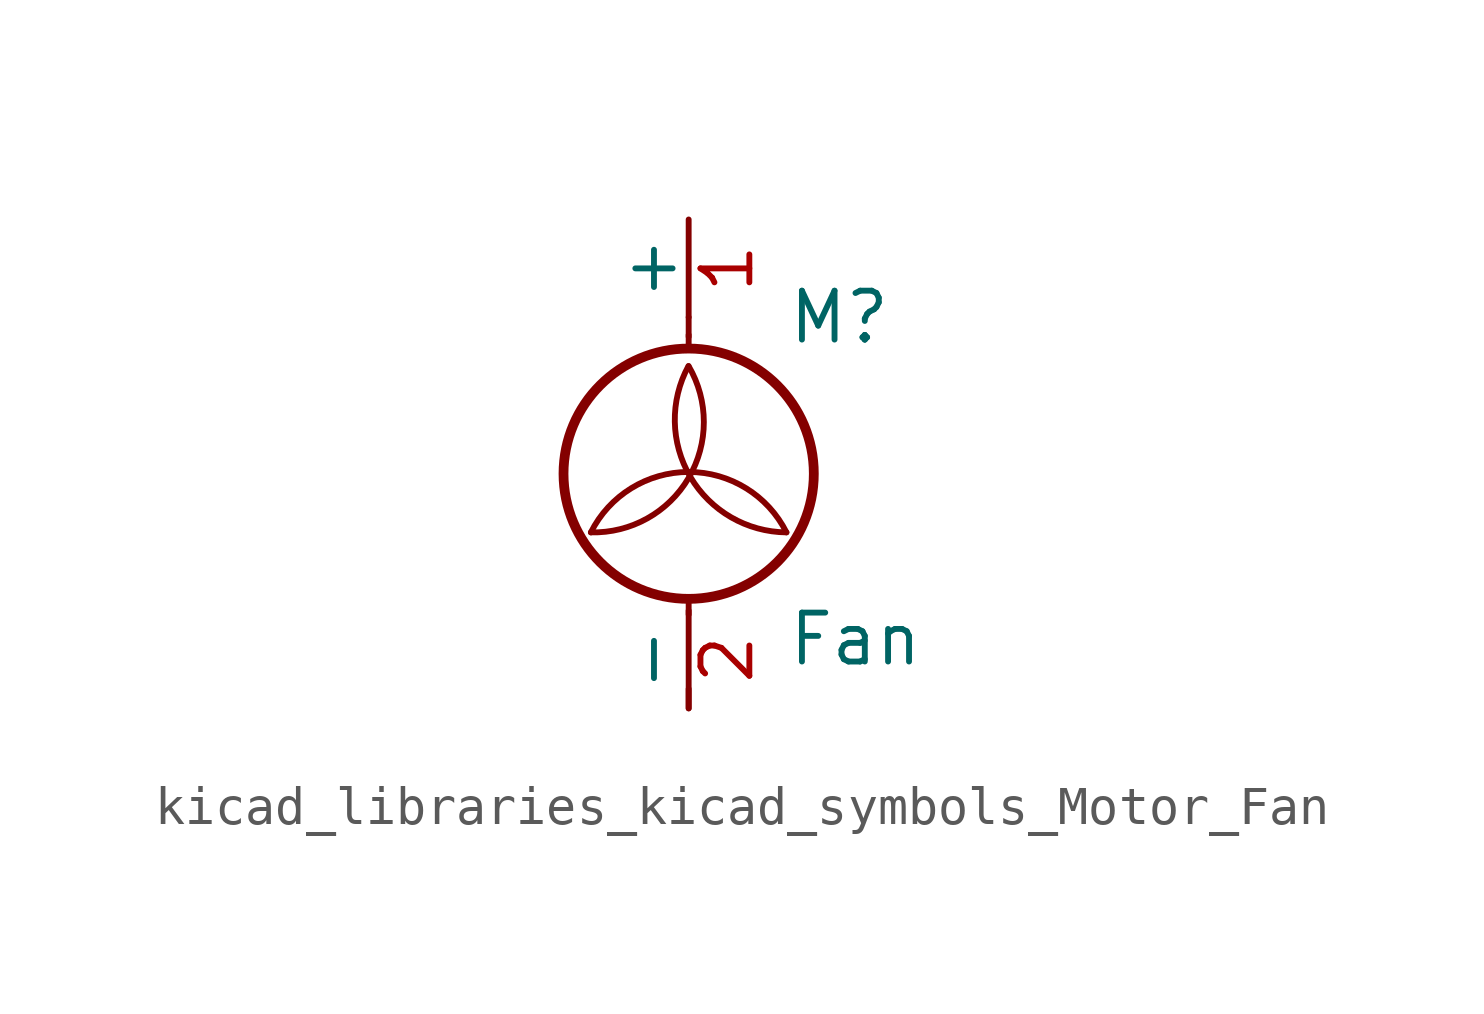
<source format=kicad_sym>
(kicad_symbol_lib
  (version 20220914)
  (generator kicad_symbol_editor)
  (symbol "kicad_libraries_kicad_symbols_Motor_Fan"
    (pin_names
      (offset 0))
    (property "Reference" "M"
      (at 2.54 5.08 0)
      (effects (font (size 1.27 1.27)) (justify left)))
    (property "Value" "Fan"
      (at 2.54 -2.54 0)
      (effects (font (size 1.27 1.27)) (justify left top)))
    (symbol "kicad_libraries_kicad_symbols_Motor_Fan_0_1"
      (arc (start -2.54 -0.508) (mid 0.0028 0.9121) (end 0 3.81) (stroke (width 0) (type default)) (fill (type none)))
      (polyline (pts (xy 0 -5.08) (xy 0 -4.572)) (stroke (width 0) (type default)) (fill (type none)))
      (polyline (pts (xy 0 -2.235) (xy 0 -2.642)) (stroke (width 0) (type default)) (fill (type none)))
      (polyline (pts (xy 0 4.267) (xy 0 4.623)) (stroke (width 0) (type default)) (fill (type none)))
      (polyline (pts (xy 0 4.572) (xy 0 5.08)) (stroke (width 0) (type default)) (fill (type none)))
      (circle (center 0 1.016) (radius 3.251) (stroke (width 0.254) (type default)) (fill (type none)))
      (arc (start 0 3.81) (mid 0.053 0.921) (end 2.54 -0.508) (stroke (width 0) (type default)) (fill (type none)))
      (arc (start 2.54 -0.508) (mid 0 1.0618) (end -2.54 -0.508) (stroke (width 0) (type default)) (fill (type none))))
    (symbol "kicad_libraries_kicad_symbols_Motor_Fan_1_1"
      (pin passive line (at 0 7.62 270) (length 2.54) (name "+" (effects (font (size 1.27 1.27)))) (number "1" (effects (font (size 1.27 1.27)))))
      (pin passive line (at 0 -5.08 90) (length 2.54) (name "-" (effects (font (size 1.27 1.27)))) (number "2" (effects (font (size 1.27 1.27))))))))
</source>
